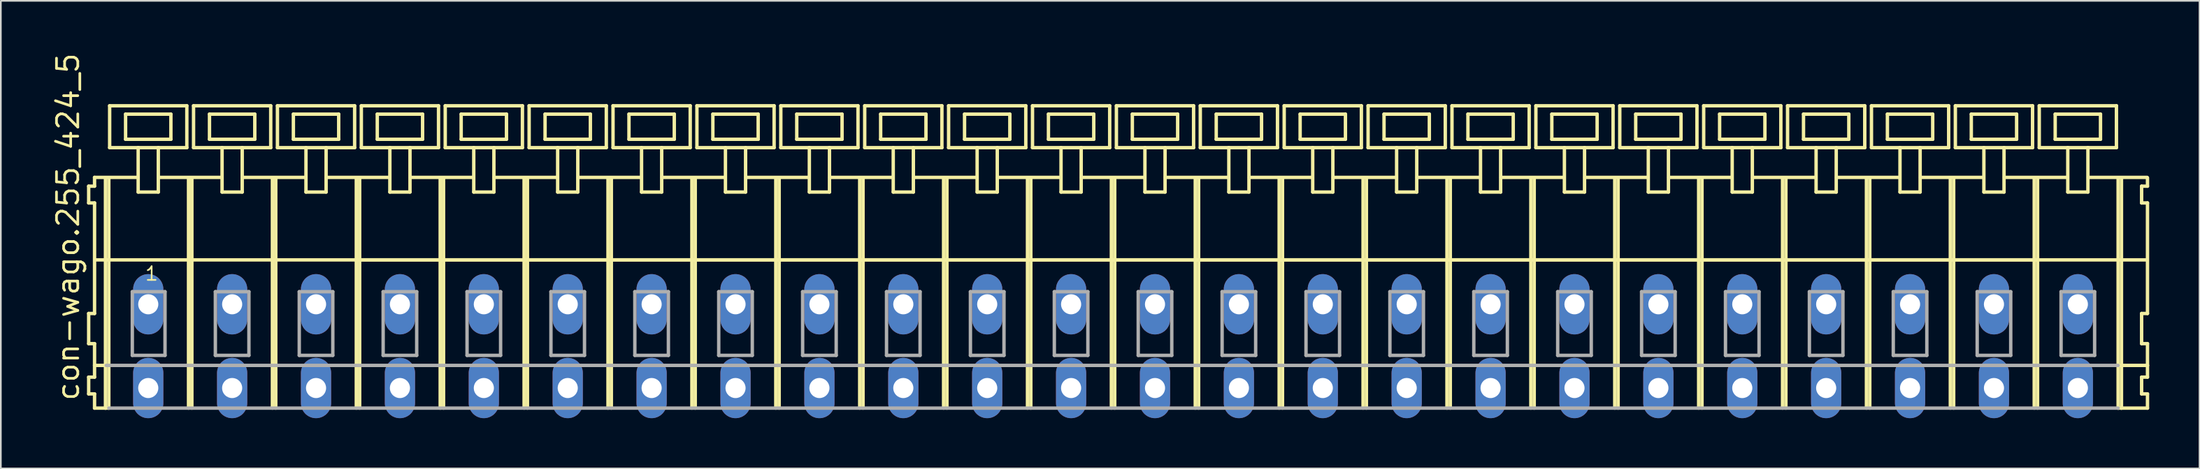
<source format=kicad_pcb>
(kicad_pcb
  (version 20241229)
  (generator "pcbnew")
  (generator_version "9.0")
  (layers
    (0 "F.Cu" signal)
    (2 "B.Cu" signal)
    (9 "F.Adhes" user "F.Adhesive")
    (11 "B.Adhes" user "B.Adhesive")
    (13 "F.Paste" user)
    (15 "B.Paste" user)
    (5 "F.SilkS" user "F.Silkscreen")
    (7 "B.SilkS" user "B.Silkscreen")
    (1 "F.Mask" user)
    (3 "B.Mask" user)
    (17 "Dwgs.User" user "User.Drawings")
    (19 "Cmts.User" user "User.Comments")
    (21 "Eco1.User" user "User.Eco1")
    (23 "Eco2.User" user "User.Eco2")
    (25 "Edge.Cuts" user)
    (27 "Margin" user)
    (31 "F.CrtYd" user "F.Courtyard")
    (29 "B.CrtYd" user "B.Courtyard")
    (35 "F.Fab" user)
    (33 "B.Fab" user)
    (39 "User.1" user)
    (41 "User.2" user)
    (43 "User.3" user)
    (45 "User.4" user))
  (footprint "con-wago.255_424_5"
    (layer "F.Cu")
    (at 63.285 15.114)
    (property "Reference" "con-wago.255_424_5" (at -61.535 5.855 90) (layer "F.SilkS") (effects (font (size 1.27 1.27) (thickness 0.16)) (justify left bottom)))
    (attr through_hole)
    (fp_line (start -61.05 -7.05) (end -61.05 -6.05) (stroke (width 0.203) (type default)) (layer "F.SilkS"))
    (fp_line (start -61.05 -6.05) (end -60.7 -6.05) (stroke (width 0.203) (type default)) (layer "F.SilkS"))
    (fp_line (start -61.05 0.55) (end -61.05 2.35) (stroke (width 0.203) (type default)) (layer "F.SilkS"))
    (fp_line (start -61.05 2.35) (end -60.7 2.35) (stroke (width 0.203) (type default)) (layer "F.SilkS"))
    (fp_line (start -61.05 4.35) (end -61.05 5.35) (stroke (width 0.203) (type default)) (layer "F.SilkS"))
    (fp_line (start -61.05 5.35) (end -60.7 5.35) (stroke (width 0.203) (type default)) (layer "F.SilkS"))
    (fp_line (start -60.7 -7.575) (end -60.7 -7.05) (stroke (width 0.203) (type default)) (layer "F.SilkS"))
    (fp_line (start -60.7 -7.575) (end -58.125 -7.575) (stroke (width 0.203) (type default)) (layer "F.SilkS"))
    (fp_line (start -60.7 -7.05) (end -61.05 -7.05) (stroke (width 0.203) (type default)) (layer "F.SilkS"))
    (fp_line (start -60.7 -6.05) (end -60.7 0.55) (stroke (width 0.203) (type default)) (layer "F.SilkS"))
    (fp_line (start -60.7 0.55) (end -61.05 0.55) (stroke (width 0.203) (type default)) (layer "F.SilkS"))
    (fp_line (start -60.7 2.35) (end -60.7 4.35) (stroke (width 0.203) (type default)) (layer "F.SilkS"))
    (fp_line (start -60.7 3.65) (end -60 3.65) (stroke (width 0.203) (type default)) (layer "F.SilkS"))
    (fp_line (start -60.7 4.35) (end -61.05 4.35) (stroke (width 0.203) (type default)) (layer "F.SilkS"))
    (fp_line (start -60.7 5.35) (end -60.7 6.2) (stroke (width 0.203) (type default)) (layer "F.SilkS"))
    (fp_line (start -60.7 6.2) (end -60.05 6.2) (stroke (width 0.203) (type default)) (layer "F.SilkS"))
    (fp_line (start -60.65 -2.65) (end -55.1 -2.65) (stroke (width 0.203) (type default)) (layer "F.SilkS"))
    (fp_line (start -60.05 -7.55) (end -60.05 6.2) (stroke (width 0.203) (type default)) (layer "F.SilkS"))
    (fp_line (start -60.05 6.2) (end -59.85 6.2) (stroke (width 0.203) (type default)) (layer "F.SilkS"))
    (fp_line (start -59.85 -7.55) (end -59.85 6.2) (stroke (width 0.203) (type default)) (layer "F.SilkS"))
    (fp_line (start -59.8 -11.85) (end -59.8 -9.35) (stroke (width 0.203) (type default)) (layer "F.SilkS"))
    (fp_line (start -59.8 -9.35) (end -58.1 -9.35) (stroke (width 0.203) (type default)) (layer "F.SilkS"))
    (fp_line (start -58.85 -11.35) (end -58.85 -9.85) (stroke (width 0.203) (type default)) (layer "F.SilkS"))
    (fp_line (start -58.85 -9.85) (end -56.15 -9.85) (stroke (width 0.203) (type default)) (layer "F.SilkS"))
    (fp_line (start -58.1 -9.35) (end -58.1 -6.7) (stroke (width 0.203) (type default)) (layer "F.SilkS"))
    (fp_line (start -58.1 -9.35) (end -56.9 -9.35) (stroke (width 0.203) (type default)) (layer "F.SilkS"))
    (fp_line (start -58.1 -6.7) (end -56.9 -6.7) (stroke (width 0.203) (type default)) (layer "F.SilkS"))
    (fp_line (start -56.9 -9.35) (end -55.2 -9.35) (stroke (width 0.203) (type default)) (layer "F.SilkS"))
    (fp_line (start -56.9 -6.7) (end -56.9 -9.35) (stroke (width 0.203) (type default)) (layer "F.SilkS"))
    (fp_line (start -56.825 -7.575) (end -53.125 -7.575) (stroke (width 0.203) (type default)) (layer "F.SilkS"))
    (fp_line (start -56.15 -11.35) (end -58.85 -11.35) (stroke (width 0.203) (type default)) (layer "F.SilkS"))
    (fp_line (start -56.15 -9.85) (end -56.15 -11.35) (stroke (width 0.203) (type default)) (layer "F.SilkS"))
    (fp_line (start -55.2 -11.85) (end -59.8 -11.85) (stroke (width 0.203) (type default)) (layer "F.SilkS"))
    (fp_line (start -55.2 -9.35) (end -55.2 -11.85) (stroke (width 0.203) (type default)) (layer "F.SilkS"))
    (fp_line (start -55.1 -7.55) (end -55.1 -2.65) (stroke (width 0.203) (type default)) (layer "F.SilkS"))
    (fp_line (start -55.1 -2.65) (end -55.1 6.2) (stroke (width 0.203) (type default)) (layer "F.SilkS"))
    (fp_line (start -54.9 -7.55) (end -54.9 -2.65) (stroke (width 0.203) (type default)) (layer "F.SilkS"))
    (fp_line (start -54.9 -2.65) (end -54.9 6.2) (stroke (width 0.203) (type default)) (layer "F.SilkS"))
    (fp_line (start -54.9 -2.65) (end -50.1 -2.65) (stroke (width 0.203) (type default)) (layer "F.SilkS"))
    (fp_line (start -54.8 -11.85) (end -54.8 -9.35) (stroke (width 0.203) (type default)) (layer "F.SilkS"))
    (fp_line (start -54.8 -9.35) (end -53.1 -9.35) (stroke (width 0.203) (type default)) (layer "F.SilkS"))
    (fp_line (start -53.85 -11.35) (end -53.85 -9.85) (stroke (width 0.203) (type default)) (layer "F.SilkS"))
    (fp_line (start -53.85 -9.85) (end -51.15 -9.85) (stroke (width 0.203) (type default)) (layer "F.SilkS"))
    (fp_line (start -53.1 -9.35) (end -53.1 -6.7) (stroke (width 0.203) (type default)) (layer "F.SilkS"))
    (fp_line (start -53.1 -9.35) (end -51.9 -9.35) (stroke (width 0.203) (type default)) (layer "F.SilkS"))
    (fp_line (start -53.1 -6.7) (end -51.9 -6.7) (stroke (width 0.203) (type default)) (layer "F.SilkS"))
    (fp_line (start -51.9 -9.35) (end -50.2 -9.35) (stroke (width 0.203) (type default)) (layer "F.SilkS"))
    (fp_line (start -51.9 -6.7) (end -51.9 -9.35) (stroke (width 0.203) (type default)) (layer "F.SilkS"))
    (fp_line (start -51.875 -7.575) (end -48.125 -7.575) (stroke (width 0.203) (type default)) (layer "F.SilkS"))
    (fp_line (start -51.15 -11.35) (end -53.85 -11.35) (stroke (width 0.203) (type default)) (layer "F.SilkS"))
    (fp_line (start -51.15 -9.85) (end -51.15 -11.35) (stroke (width 0.203) (type default)) (layer "F.SilkS"))
    (fp_line (start -50.2 -11.85) (end -54.8 -11.85) (stroke (width 0.203) (type default)) (layer "F.SilkS"))
    (fp_line (start -50.2 -9.35) (end -50.2 -11.85) (stroke (width 0.203) (type default)) (layer "F.SilkS"))
    (fp_line (start -50.1 -7.55) (end -50.1 -2.65) (stroke (width 0.203) (type default)) (layer "F.SilkS"))
    (fp_line (start -50.1 -2.65) (end -50.1 6.2) (stroke (width 0.203) (type default)) (layer "F.SilkS"))
    (fp_line (start -50.1 -2.65) (end -49.9 -2.65) (stroke (width 0.203) (type default)) (layer "F.SilkS"))
    (fp_line (start -49.9 -7.55) (end -49.9 -2.65) (stroke (width 0.203) (type default)) (layer "F.SilkS"))
    (fp_line (start -49.9 -2.65) (end -49.9 6.2) (stroke (width 0.203) (type default)) (layer "F.SilkS"))
    (fp_line (start -49.9 -2.65) (end -45.1 -2.65) (stroke (width 0.203) (type default)) (layer "F.SilkS"))
    (fp_line (start -49.8 -11.85) (end -49.8 -9.35) (stroke (width 0.203) (type default)) (layer "F.SilkS"))
    (fp_line (start -49.8 -9.35) (end -48.1 -9.35) (stroke (width 0.203) (type default)) (layer "F.SilkS"))
    (fp_line (start -48.85 -11.35) (end -48.85 -9.85) (stroke (width 0.203) (type default)) (layer "F.SilkS"))
    (fp_line (start -48.85 -9.85) (end -46.15 -9.85) (stroke (width 0.203) (type default)) (layer "F.SilkS"))
    (fp_line (start -48.1 -9.35) (end -48.1 -6.7) (stroke (width 0.203) (type default)) (layer "F.SilkS"))
    (fp_line (start -48.1 -9.35) (end -46.9 -9.35) (stroke (width 0.203) (type default)) (layer "F.SilkS"))
    (fp_line (start -48.1 -6.7) (end -46.9 -6.7) (stroke (width 0.203) (type default)) (layer "F.SilkS"))
    (fp_line (start -46.9 -9.35) (end -45.2 -9.35) (stroke (width 0.203) (type default)) (layer "F.SilkS"))
    (fp_line (start -46.9 -6.7) (end -46.9 -9.35) (stroke (width 0.203) (type default)) (layer "F.SilkS"))
    (fp_line (start -46.875 -7.575) (end -43.125 -7.575) (stroke (width 0.203) (type default)) (layer "F.SilkS"))
    (fp_line (start -46.15 -11.35) (end -48.85 -11.35) (stroke (width 0.203) (type default)) (layer "F.SilkS"))
    (fp_line (start -46.15 -9.85) (end -46.15 -11.35) (stroke (width 0.203) (type default)) (layer "F.SilkS"))
    (fp_line (start -45.2 -11.85) (end -49.8 -11.85) (stroke (width 0.203) (type default)) (layer "F.SilkS"))
    (fp_line (start -45.2 -9.35) (end -45.2 -11.85) (stroke (width 0.203) (type default)) (layer "F.SilkS"))
    (fp_line (start -45.1 -7.55) (end -45.1 -2.65) (stroke (width 0.203) (type default)) (layer "F.SilkS"))
    (fp_line (start -45.1 -2.65) (end -45.1 6.2) (stroke (width 0.203) (type default)) (layer "F.SilkS"))
    (fp_line (start -45.1 -2.65) (end -44.9 -2.65) (stroke (width 0.203) (type default)) (layer "F.SilkS"))
    (fp_line (start -45.1 -2.65) (end 59.9 -2.65) (stroke (width 0.203) (type default)) (layer "F.SilkS"))
    (fp_line (start -44.9 -7.55) (end -44.9 -2.65) (stroke (width 0.203) (type default)) (layer "F.SilkS"))
    (fp_line (start -44.9 -2.65) (end -44.9 6.2) (stroke (width 0.203) (type default)) (layer "F.SilkS"))
    (fp_line (start -44.9 -2.65) (end -40.1 -2.65) (stroke (width 0.203) (type default)) (layer "F.SilkS"))
    (fp_line (start -44.8 -11.85) (end -44.8 -9.35) (stroke (width 0.203) (type default)) (layer "F.SilkS"))
    (fp_line (start -44.8 -9.35) (end -43.1 -9.35) (stroke (width 0.203) (type default)) (layer "F.SilkS"))
    (fp_line (start -43.85 -11.35) (end -43.85 -9.85) (stroke (width 0.203) (type default)) (layer "F.SilkS"))
    (fp_line (start -43.85 -9.85) (end -41.15 -9.85) (stroke (width 0.203) (type default)) (layer "F.SilkS"))
    (fp_line (start -43.1 -9.35) (end -43.1 -6.7) (stroke (width 0.203) (type default)) (layer "F.SilkS"))
    (fp_line (start -43.1 -9.35) (end -41.9 -9.35) (stroke (width 0.203) (type default)) (layer "F.SilkS"))
    (fp_line (start -43.1 -6.7) (end -41.9 -6.7) (stroke (width 0.203) (type default)) (layer "F.SilkS"))
    (fp_line (start -41.9 -9.35) (end -40.2 -9.35) (stroke (width 0.203) (type default)) (layer "F.SilkS"))
    (fp_line (start -41.9 -6.7) (end -41.9 -9.35) (stroke (width 0.203) (type default)) (layer "F.SilkS"))
    (fp_line (start -41.875 -7.575) (end -38.125 -7.575) (stroke (width 0.203) (type default)) (layer "F.SilkS"))
    (fp_line (start -41.15 -11.35) (end -43.85 -11.35) (stroke (width 0.203) (type default)) (layer "F.SilkS"))
    (fp_line (start -41.15 -9.85) (end -41.15 -11.35) (stroke (width 0.203) (type default)) (layer "F.SilkS"))
    (fp_line (start -40.2 -11.85) (end -44.8 -11.85) (stroke (width 0.203) (type default)) (layer "F.SilkS"))
    (fp_line (start -40.2 -9.35) (end -40.2 -11.85) (stroke (width 0.203) (type default)) (layer "F.SilkS"))
    (fp_line (start -40.1 -7.55) (end -40.1 -2.65) (stroke (width 0.203) (type default)) (layer "F.SilkS"))
    (fp_line (start -40.1 -2.65) (end -40.1 6.2) (stroke (width 0.203) (type default)) (layer "F.SilkS"))
    (fp_line (start -40.1 -2.65) (end -39.9 -2.65) (stroke (width 0.203) (type default)) (layer "F.SilkS"))
    (fp_line (start -39.9 -7.55) (end -39.9 -2.65) (stroke (width 0.203) (type default)) (layer "F.SilkS"))
    (fp_line (start -39.9 -2.65) (end -39.9 6.2) (stroke (width 0.203) (type default)) (layer "F.SilkS"))
    (fp_line (start -39.9 -2.65) (end -35.1 -2.65) (stroke (width 0.203) (type default)) (layer "F.SilkS"))
    (fp_line (start -39.8 -11.85) (end -39.8 -9.35) (stroke (width 0.203) (type default)) (layer "F.SilkS"))
    (fp_line (start -39.8 -9.35) (end -38.1 -9.35) (stroke (width 0.203) (type default)) (layer "F.SilkS"))
    (fp_line (start -38.85 -11.35) (end -38.85 -9.85) (stroke (width 0.203) (type default)) (layer "F.SilkS"))
    (fp_line (start -38.85 -9.85) (end -36.15 -9.85) (stroke (width 0.203) (type default)) (layer "F.SilkS"))
    (fp_line (start -38.1 -9.35) (end -38.1 -6.7) (stroke (width 0.203) (type default)) (layer "F.SilkS"))
    (fp_line (start -38.1 -9.35) (end -36.9 -9.35) (stroke (width 0.203) (type default)) (layer "F.SilkS"))
    (fp_line (start -38.1 -6.7) (end -36.9 -6.7) (stroke (width 0.203) (type default)) (layer "F.SilkS"))
    (fp_line (start -36.9 -9.35) (end -35.2 -9.35) (stroke (width 0.203) (type default)) (layer "F.SilkS"))
    (fp_line (start -36.9 -6.7) (end -36.9 -9.35) (stroke (width 0.203) (type default)) (layer "F.SilkS"))
    (fp_line (start -36.875 -7.575) (end -33.125 -7.575) (stroke (width 0.203) (type default)) (layer "F.SilkS"))
    (fp_line (start -36.15 -11.35) (end -38.85 -11.35) (stroke (width 0.203) (type default)) (layer "F.SilkS"))
    (fp_line (start -36.15 -9.85) (end -36.15 -11.35) (stroke (width 0.203) (type default)) (layer "F.SilkS"))
    (fp_line (start -35.2 -11.85) (end -39.8 -11.85) (stroke (width 0.203) (type default)) (layer "F.SilkS"))
    (fp_line (start -35.2 -9.35) (end -35.2 -11.85) (stroke (width 0.203) (type default)) (layer "F.SilkS"))
    (fp_line (start -35.1 -7.55) (end -35.1 -2.65) (stroke (width 0.203) (type default)) (layer "F.SilkS"))
    (fp_line (start -35.1 -2.65) (end -35.1 6.2) (stroke (width 0.203) (type default)) (layer "F.SilkS"))
    (fp_line (start -35.1 -2.65) (end -34.9 -2.65) (stroke (width 0.203) (type default)) (layer "F.SilkS"))
    (fp_line (start -34.9 -7.55) (end -34.9 -2.65) (stroke (width 0.203) (type default)) (layer "F.SilkS"))
    (fp_line (start -34.9 -2.65) (end -34.9 6.2) (stroke (width 0.203) (type default)) (layer "F.SilkS"))
    (fp_line (start -34.9 -2.65) (end -30.1 -2.65) (stroke (width 0.203) (type default)) (layer "F.SilkS"))
    (fp_line (start -34.8 -11.85) (end -34.8 -9.35) (stroke (width 0.203) (type default)) (layer "F.SilkS"))
    (fp_line (start -34.8 -9.35) (end -33.1 -9.35) (stroke (width 0.203) (type default)) (layer "F.SilkS"))
    (fp_line (start -33.85 -11.35) (end -33.85 -9.85) (stroke (width 0.203) (type default)) (layer "F.SilkS"))
    (fp_line (start -33.85 -9.85) (end -31.15 -9.85) (stroke (width 0.203) (type default)) (layer "F.SilkS"))
    (fp_line (start -33.1 -9.35) (end -33.1 -6.7) (stroke (width 0.203) (type default)) (layer "F.SilkS"))
    (fp_line (start -33.1 -9.35) (end -31.9 -9.35) (stroke (width 0.203) (type default)) (layer "F.SilkS"))
    (fp_line (start -33.1 -6.7) (end -31.9 -6.7) (stroke (width 0.203) (type default)) (layer "F.SilkS"))
    (fp_line (start -31.9 -9.35) (end -30.2 -9.35) (stroke (width 0.203) (type default)) (layer "F.SilkS"))
    (fp_line (start -31.9 -6.7) (end -31.9 -9.35) (stroke (width 0.203) (type default)) (layer "F.SilkS"))
    (fp_line (start -31.875 -7.575) (end -28.125 -7.575) (stroke (width 0.203) (type default)) (layer "F.SilkS"))
    (fp_line (start -31.15 -11.35) (end -33.85 -11.35) (stroke (width 0.203) (type default)) (layer "F.SilkS"))
    (fp_line (start -31.15 -9.85) (end -31.15 -11.35) (stroke (width 0.203) (type default)) (layer "F.SilkS"))
    (fp_line (start -30.2 -11.85) (end -34.8 -11.85) (stroke (width 0.203) (type default)) (layer "F.SilkS"))
    (fp_line (start -30.2 -9.35) (end -30.2 -11.85) (stroke (width 0.203) (type default)) (layer "F.SilkS"))
    (fp_line (start -30.1 -7.55) (end -30.1 -2.65) (stroke (width 0.203) (type default)) (layer "F.SilkS"))
    (fp_line (start -30.1 -2.65) (end -30.1 6.2) (stroke (width 0.203) (type default)) (layer "F.SilkS"))
    (fp_line (start -30.1 -2.65) (end -29.9 -2.65) (stroke (width 0.203) (type default)) (layer "F.SilkS"))
    (fp_line (start -29.9 -7.55) (end -29.9 -2.65) (stroke (width 0.203) (type default)) (layer "F.SilkS"))
    (fp_line (start -29.9 -2.65) (end -29.9 6.2) (stroke (width 0.203) (type default)) (layer "F.SilkS"))
    (fp_line (start -29.9 -2.65) (end -25.1 -2.65) (stroke (width 0.203) (type default)) (layer "F.SilkS"))
    (fp_line (start -29.8 -11.85) (end -29.8 -9.35) (stroke (width 0.203) (type default)) (layer "F.SilkS"))
    (fp_line (start -29.8 -9.35) (end -28.1 -9.35) (stroke (width 0.203) (type default)) (layer "F.SilkS"))
    (fp_line (start -28.85 -11.35) (end -28.85 -9.85) (stroke (width 0.203) (type default)) (layer "F.SilkS"))
    (fp_line (start -28.85 -9.85) (end -26.15 -9.85) (stroke (width 0.203) (type default)) (layer "F.SilkS"))
    (fp_line (start -28.1 -9.35) (end -28.1 -6.7) (stroke (width 0.203) (type default)) (layer "F.SilkS"))
    (fp_line (start -28.1 -9.35) (end -26.9 -9.35) (stroke (width 0.203) (type default)) (layer "F.SilkS"))
    (fp_line (start -28.1 -6.7) (end -26.9 -6.7) (stroke (width 0.203) (type default)) (layer "F.SilkS"))
    (fp_line (start -26.9 -9.35) (end -25.2 -9.35) (stroke (width 0.203) (type default)) (layer "F.SilkS"))
    (fp_line (start -26.9 -6.7) (end -26.9 -9.35) (stroke (width 0.203) (type default)) (layer "F.SilkS"))
    (fp_line (start -26.875 -7.575) (end -23.125 -7.575) (stroke (width 0.203) (type default)) (layer "F.SilkS"))
    (fp_line (start -26.15 -11.35) (end -28.85 -11.35) (stroke (width 0.203) (type default)) (layer "F.SilkS"))
    (fp_line (start -26.15 -9.85) (end -26.15 -11.35) (stroke (width 0.203) (type default)) (layer "F.SilkS"))
    (fp_line (start -25.2 -11.85) (end -29.8 -11.85) (stroke (width 0.203) (type default)) (layer "F.SilkS"))
    (fp_line (start -25.2 -9.35) (end -25.2 -11.85) (stroke (width 0.203) (type default)) (layer "F.SilkS"))
    (fp_line (start -25.1 -7.55) (end -25.1 -2.65) (stroke (width 0.203) (type default)) (layer "F.SilkS"))
    (fp_line (start -25.1 -2.65) (end -25.1 6.2) (stroke (width 0.203) (type default)) (layer "F.SilkS"))
    (fp_line (start -25.1 -2.65) (end -24.9 -2.65) (stroke (width 0.203) (type default)) (layer "F.SilkS"))
    (fp_line (start -24.9 -7.55) (end -24.9 -2.65) (stroke (width 0.203) (type default)) (layer "F.SilkS"))
    (fp_line (start -24.9 -2.65) (end -24.9 6.2) (stroke (width 0.203) (type default)) (layer "F.SilkS"))
    (fp_line (start -24.9 -2.65) (end -20.1 -2.65) (stroke (width 0.203) (type default)) (layer "F.SilkS"))
    (fp_line (start -24.8 -11.85) (end -24.8 -9.35) (stroke (width 0.203) (type default)) (layer "F.SilkS"))
    (fp_line (start -24.8 -9.35) (end -23.1 -9.35) (stroke (width 0.203) (type default)) (layer "F.SilkS"))
    (fp_line (start -23.85 -11.35) (end -23.85 -9.85) (stroke (width 0.203) (type default)) (layer "F.SilkS"))
    (fp_line (start -23.85 -9.85) (end -21.15 -9.85) (stroke (width 0.203) (type default)) (layer "F.SilkS"))
    (fp_line (start -23.1 -9.35) (end -23.1 -6.7) (stroke (width 0.203) (type default)) (layer "F.SilkS"))
    (fp_line (start -23.1 -9.35) (end -21.9 -9.35) (stroke (width 0.203) (type default)) (layer "F.SilkS"))
    (fp_line (start -23.1 -6.7) (end -21.9 -6.7) (stroke (width 0.203) (type default)) (layer "F.SilkS"))
    (fp_line (start -21.9 -9.35) (end -20.2 -9.35) (stroke (width 0.203) (type default)) (layer "F.SilkS"))
    (fp_line (start -21.9 -6.7) (end -21.9 -9.35) (stroke (width 0.203) (type default)) (layer "F.SilkS"))
    (fp_line (start -21.875 -7.575) (end -18.125 -7.575) (stroke (width 0.203) (type default)) (layer "F.SilkS"))
    (fp_line (start -21.15 -11.35) (end -23.85 -11.35) (stroke (width 0.203) (type default)) (layer "F.SilkS"))
    (fp_line (start -21.15 -9.85) (end -21.15 -11.35) (stroke (width 0.203) (type default)) (layer "F.SilkS"))
    (fp_line (start -20.2 -11.85) (end -24.8 -11.85) (stroke (width 0.203) (type default)) (layer "F.SilkS"))
    (fp_line (start -20.2 -9.35) (end -20.2 -11.85) (stroke (width 0.203) (type default)) (layer "F.SilkS"))
    (fp_line (start -20.1 -7.55) (end -20.1 -2.65) (stroke (width 0.203) (type default)) (layer "F.SilkS"))
    (fp_line (start -20.1 -2.65) (end -20.1 6.2) (stroke (width 0.203) (type default)) (layer "F.SilkS"))
    (fp_line (start -20.1 -2.65) (end -19.9 -2.65) (stroke (width 0.203) (type default)) (layer "F.SilkS"))
    (fp_line (start -19.9 -7.55) (end -19.9 -2.65) (stroke (width 0.203) (type default)) (layer "F.SilkS"))
    (fp_line (start -19.9 -2.65) (end -19.9 6.2) (stroke (width 0.203) (type default)) (layer "F.SilkS"))
    (fp_line (start -19.9 -2.65) (end -15.1 -2.65) (stroke (width 0.203) (type default)) (layer "F.SilkS"))
    (fp_line (start -19.8 -11.85) (end -19.8 -9.35) (stroke (width 0.203) (type default)) (layer "F.SilkS"))
    (fp_line (start -19.8 -9.35) (end -18.1 -9.35) (stroke (width 0.203) (type default)) (layer "F.SilkS"))
    (fp_line (start -18.85 -11.35) (end -18.85 -9.85) (stroke (width 0.203) (type default)) (layer "F.SilkS"))
    (fp_line (start -18.85 -9.85) (end -16.15 -9.85) (stroke (width 0.203) (type default)) (layer "F.SilkS"))
    (fp_line (start -18.1 -9.35) (end -18.1 -6.7) (stroke (width 0.203) (type default)) (layer "F.SilkS"))
    (fp_line (start -18.1 -9.35) (end -16.9 -9.35) (stroke (width 0.203) (type default)) (layer "F.SilkS"))
    (fp_line (start -18.1 -6.7) (end -16.9 -6.7) (stroke (width 0.203) (type default)) (layer "F.SilkS"))
    (fp_line (start -16.9 -9.35) (end -15.2 -9.35) (stroke (width 0.203) (type default)) (layer "F.SilkS"))
    (fp_line (start -16.9 -6.7) (end -16.9 -9.35) (stroke (width 0.203) (type default)) (layer "F.SilkS"))
    (fp_line (start -16.875 -7.575) (end -13.125 -7.575) (stroke (width 0.203) (type default)) (layer "F.SilkS"))
    (fp_line (start -16.15 -11.35) (end -18.85 -11.35) (stroke (width 0.203) (type default)) (layer "F.SilkS"))
    (fp_line (start -16.15 -9.85) (end -16.15 -11.35) (stroke (width 0.203) (type default)) (layer "F.SilkS"))
    (fp_line (start -15.2 -11.85) (end -19.8 -11.85) (stroke (width 0.203) (type default)) (layer "F.SilkS"))
    (fp_line (start -15.2 -9.35) (end -15.2 -11.85) (stroke (width 0.203) (type default)) (layer "F.SilkS"))
    (fp_line (start -15.1 -7.55) (end -15.1 -2.65) (stroke (width 0.203) (type default)) (layer "F.SilkS"))
    (fp_line (start -15.1 -2.65) (end -15.1 6.2) (stroke (width 0.203) (type default)) (layer "F.SilkS"))
    (fp_line (start -15.1 -2.65) (end -14.9 -2.65) (stroke (width 0.203) (type default)) (layer "F.SilkS"))
    (fp_line (start -14.9 -7.55) (end -14.9 -2.65) (stroke (width 0.203) (type default)) (layer "F.SilkS"))
    (fp_line (start -14.9 -2.65) (end -14.9 6.2) (stroke (width 0.203) (type default)) (layer "F.SilkS"))
    (fp_line (start -14.9 -2.65) (end -10.1 -2.65) (stroke (width 0.203) (type default)) (layer "F.SilkS"))
    (fp_line (start -14.8 -11.85) (end -14.8 -9.35) (stroke (width 0.203) (type default)) (layer "F.SilkS"))
    (fp_line (start -14.8 -9.35) (end -13.1 -9.35) (stroke (width 0.203) (type default)) (layer "F.SilkS"))
    (fp_line (start -13.85 -11.35) (end -13.85 -9.85) (stroke (width 0.203) (type default)) (layer "F.SilkS"))
    (fp_line (start -13.85 -9.85) (end -11.15 -9.85) (stroke (width 0.203) (type default)) (layer "F.SilkS"))
    (fp_line (start -13.1 -9.35) (end -13.1 -6.7) (stroke (width 0.203) (type default)) (layer "F.SilkS"))
    (fp_line (start -13.1 -9.35) (end -11.9 -9.35) (stroke (width 0.203) (type default)) (layer "F.SilkS"))
    (fp_line (start -13.1 -6.7) (end -11.9 -6.7) (stroke (width 0.203) (type default)) (layer "F.SilkS"))
    (fp_line (start -11.9 -9.35) (end -10.2 -9.35) (stroke (width 0.203) (type default)) (layer "F.SilkS"))
    (fp_line (start -11.9 -6.7) (end -11.9 -9.35) (stroke (width 0.203) (type default)) (layer "F.SilkS"))
    (fp_line (start -11.875 -7.575) (end -8.125 -7.575) (stroke (width 0.203) (type default)) (layer "F.SilkS"))
    (fp_line (start -11.15 -11.35) (end -13.85 -11.35) (stroke (width 0.203) (type default)) (layer "F.SilkS"))
    (fp_line (start -11.15 -9.85) (end -11.15 -11.35) (stroke (width 0.203) (type default)) (layer "F.SilkS"))
    (fp_line (start -10.2 -11.85) (end -14.8 -11.85) (stroke (width 0.203) (type default)) (layer "F.SilkS"))
    (fp_line (start -10.2 -9.35) (end -10.2 -11.85) (stroke (width 0.203) (type default)) (layer "F.SilkS"))
    (fp_line (start -10.1 -7.55) (end -10.1 -2.65) (stroke (width 0.203) (type default)) (layer "F.SilkS"))
    (fp_line (start -10.1 -2.65) (end -10.1 6.2) (stroke (width 0.203) (type default)) (layer "F.SilkS"))
    (fp_line (start -10.1 -2.65) (end -9.9 -2.65) (stroke (width 0.203) (type default)) (layer "F.SilkS"))
    (fp_line (start -9.9 -7.55) (end -9.9 -2.65) (stroke (width 0.203) (type default)) (layer "F.SilkS"))
    (fp_line (start -9.9 -2.65) (end -9.9 6.2) (stroke (width 0.203) (type default)) (layer "F.SilkS"))
    (fp_line (start -9.9 -2.65) (end -5.1 -2.65) (stroke (width 0.203) (type default)) (layer "F.SilkS"))
    (fp_line (start -9.8 -11.85) (end -9.8 -9.35) (stroke (width 0.203) (type default)) (layer "F.SilkS"))
    (fp_line (start -9.8 -9.35) (end -8.1 -9.35) (stroke (width 0.203) (type default)) (layer "F.SilkS"))
    (fp_line (start -8.85 -11.35) (end -8.85 -9.85) (stroke (width 0.203) (type default)) (layer "F.SilkS"))
    (fp_line (start -8.85 -9.85) (end -6.15 -9.85) (stroke (width 0.203) (type default)) (layer "F.SilkS"))
    (fp_line (start -8.1 -9.35) (end -8.1 -6.7) (stroke (width 0.203) (type default)) (layer "F.SilkS"))
    (fp_line (start -8.1 -9.35) (end -6.9 -9.35) (stroke (width 0.203) (type default)) (layer "F.SilkS"))
    (fp_line (start -8.1 -6.7) (end -6.9 -6.7) (stroke (width 0.203) (type default)) (layer "F.SilkS"))
    (fp_line (start -6.9 -9.35) (end -5.2 -9.35) (stroke (width 0.203) (type default)) (layer "F.SilkS"))
    (fp_line (start -6.9 -6.7) (end -6.9 -9.35) (stroke (width 0.203) (type default)) (layer "F.SilkS"))
    (fp_line (start -6.875 -7.575) (end -3.125 -7.575) (stroke (width 0.203) (type default)) (layer "F.SilkS"))
    (fp_line (start -6.15 -11.35) (end -8.85 -11.35) (stroke (width 0.203) (type default)) (layer "F.SilkS"))
    (fp_line (start -6.15 -9.85) (end -6.15 -11.35) (stroke (width 0.203) (type default)) (layer "F.SilkS"))
    (fp_line (start -5.2 -11.85) (end -9.8 -11.85) (stroke (width 0.203) (type default)) (layer "F.SilkS"))
    (fp_line (start -5.2 -9.35) (end -5.2 -11.85) (stroke (width 0.203) (type default)) (layer "F.SilkS"))
    (fp_line (start -5.1 -7.55) (end -5.1 -2.65) (stroke (width 0.203) (type default)) (layer "F.SilkS"))
    (fp_line (start -5.1 -2.65) (end -5.1 6.2) (stroke (width 0.203) (type default)) (layer "F.SilkS"))
    (fp_line (start -5.1 -2.65) (end -4.9 -2.65) (stroke (width 0.203) (type default)) (layer "F.SilkS"))
    (fp_line (start -4.9 -7.55) (end -4.9 -2.65) (stroke (width 0.203) (type default)) (layer "F.SilkS"))
    (fp_line (start -4.9 -2.65) (end -4.9 6.2) (stroke (width 0.203) (type default)) (layer "F.SilkS"))
    (fp_line (start -4.9 -2.65) (end -0.1 -2.65) (stroke (width 0.203) (type default)) (layer "F.SilkS"))
    (fp_line (start -4.8 -11.85) (end -4.8 -9.35) (stroke (width 0.203) (type default)) (layer "F.SilkS"))
    (fp_line (start -4.8 -9.35) (end -3.1 -9.35) (stroke (width 0.203) (type default)) (layer "F.SilkS"))
    (fp_line (start -3.85 -11.35) (end -3.85 -9.85) (stroke (width 0.203) (type default)) (layer "F.SilkS"))
    (fp_line (start -3.85 -9.85) (end -1.15 -9.85) (stroke (width 0.203) (type default)) (layer "F.SilkS"))
    (fp_line (start -3.1 -9.35) (end -3.1 -6.7) (stroke (width 0.203) (type default)) (layer "F.SilkS"))
    (fp_line (start -3.1 -9.35) (end -1.9 -9.35) (stroke (width 0.203) (type default)) (layer "F.SilkS"))
    (fp_line (start -3.1 -6.7) (end -1.9 -6.7) (stroke (width 0.203) (type default)) (layer "F.SilkS"))
    (fp_line (start -1.9 -9.35) (end -0.2 -9.35) (stroke (width 0.203) (type default)) (layer "F.SilkS"))
    (fp_line (start -1.9 -6.7) (end -1.9 -9.35) (stroke (width 0.203) (type default)) (layer "F.SilkS"))
    (fp_line (start -1.875 -7.575) (end 1.875 -7.575) (stroke (width 0.203) (type default)) (layer "F.SilkS"))
    (fp_line (start -1.15 -11.35) (end -3.85 -11.35) (stroke (width 0.203) (type default)) (layer "F.SilkS"))
    (fp_line (start -1.15 -9.85) (end -1.15 -11.35) (stroke (width 0.203) (type default)) (layer "F.SilkS"))
    (fp_line (start -0.2 -11.85) (end -4.8 -11.85) (stroke (width 0.203) (type default)) (layer "F.SilkS"))
    (fp_line (start -0.2 -9.35) (end -0.2 -11.85) (stroke (width 0.203) (type default)) (layer "F.SilkS"))
    (fp_line (start -0.1 -7.55) (end -0.1 -2.65) (stroke (width 0.203) (type default)) (layer "F.SilkS"))
    (fp_line (start -0.1 -2.65) (end -0.1 6.2) (stroke (width 0.203) (type default)) (layer "F.SilkS"))
    (fp_line (start -0.1 -2.65) (end 0.1 -2.65) (stroke (width 0.203) (type default)) (layer "F.SilkS"))
    (fp_line (start 0.1 -7.55) (end 0.1 -2.65) (stroke (width 0.203) (type default)) (layer "F.SilkS"))
    (fp_line (start 0.1 -2.65) (end 0.1 6.2) (stroke (width 0.203) (type default)) (layer "F.SilkS"))
    (fp_line (start 0.1 -2.65) (end 4.9 -2.65) (stroke (width 0.203) (type default)) (layer "F.SilkS"))
    (fp_line (start 0.2 -11.85) (end 0.2 -9.35) (stroke (width 0.203) (type default)) (layer "F.SilkS"))
    (fp_line (start 0.2 -9.35) (end 1.9 -9.35) (stroke (width 0.203) (type default)) (layer "F.SilkS"))
    (fp_line (start 1.15 -11.35) (end 1.15 -9.85) (stroke (width 0.203) (type default)) (layer "F.SilkS"))
    (fp_line (start 1.15 -9.85) (end 3.85 -9.85) (stroke (width 0.203) (type default)) (layer "F.SilkS"))
    (fp_line (start 1.9 -9.35) (end 1.9 -6.7) (stroke (width 0.203) (type default)) (layer "F.SilkS"))
    (fp_line (start 1.9 -9.35) (end 3.1 -9.35) (stroke (width 0.203) (type default)) (layer "F.SilkS"))
    (fp_line (start 1.9 -6.7) (end 3.1 -6.7) (stroke (width 0.203) (type default)) (layer "F.SilkS"))
    (fp_line (start 3.1 -9.35) (end 4.8 -9.35) (stroke (width 0.203) (type default)) (layer "F.SilkS"))
    (fp_line (start 3.1 -6.7) (end 3.1 -9.35) (stroke (width 0.203) (type default)) (layer "F.SilkS"))
    (fp_line (start 3.125 -7.575) (end 6.875 -7.575) (stroke (width 0.203) (type default)) (layer "F.SilkS"))
    (fp_line (start 3.85 -11.35) (end 1.15 -11.35) (stroke (width 0.203) (type default)) (layer "F.SilkS"))
    (fp_line (start 3.85 -9.85) (end 3.85 -11.35) (stroke (width 0.203) (type default)) (layer "F.SilkS"))
    (fp_line (start 4.8 -11.85) (end 0.2 -11.85) (stroke (width 0.203) (type default)) (layer "F.SilkS"))
    (fp_line (start 4.8 -9.35) (end 4.8 -11.85) (stroke (width 0.203) (type default)) (layer "F.SilkS"))
    (fp_line (start 4.9 -7.55) (end 4.9 -2.65) (stroke (width 0.203) (type default)) (layer "F.SilkS"))
    (fp_line (start 4.9 -2.65) (end 4.9 6.2) (stroke (width 0.203) (type default)) (layer "F.SilkS"))
    (fp_line (start 4.9 -2.65) (end 5.1 -2.65) (stroke (width 0.203) (type default)) (layer "F.SilkS"))
    (fp_line (start 5.1 -7.55) (end 5.1 -2.65) (stroke (width 0.203) (type default)) (layer "F.SilkS"))
    (fp_line (start 5.1 -2.65) (end 5.1 6.2) (stroke (width 0.203) (type default)) (layer "F.SilkS"))
    (fp_line (start 5.1 -2.65) (end 9.9 -2.65) (stroke (width 0.203) (type default)) (layer "F.SilkS"))
    (fp_line (start 5.2 -11.85) (end 5.2 -9.35) (stroke (width 0.203) (type default)) (layer "F.SilkS"))
    (fp_line (start 5.2 -9.35) (end 6.9 -9.35) (stroke (width 0.203) (type default)) (layer "F.SilkS"))
    (fp_line (start 6.15 -11.35) (end 6.15 -9.85) (stroke (width 0.203) (type default)) (layer "F.SilkS"))
    (fp_line (start 6.15 -9.85) (end 8.85 -9.85) (stroke (width 0.203) (type default)) (layer "F.SilkS"))
    (fp_line (start 6.9 -9.35) (end 6.9 -6.7) (stroke (width 0.203) (type default)) (layer "F.SilkS"))
    (fp_line (start 6.9 -9.35) (end 8.1 -9.35) (stroke (width 0.203) (type default)) (layer "F.SilkS"))
    (fp_line (start 6.9 -6.7) (end 8.1 -6.7) (stroke (width 0.203) (type default)) (layer "F.SilkS"))
    (fp_line (start 8.1 -9.35) (end 9.8 -9.35) (stroke (width 0.203) (type default)) (layer "F.SilkS"))
    (fp_line (start 8.1 -6.7) (end 8.1 -9.35) (stroke (width 0.203) (type default)) (layer "F.SilkS"))
    (fp_line (start 8.125 -7.575) (end 11.875 -7.575) (stroke (width 0.203) (type default)) (layer "F.SilkS"))
    (fp_line (start 8.85 -11.35) (end 6.15 -11.35) (stroke (width 0.203) (type default)) (layer "F.SilkS"))
    (fp_line (start 8.85 -9.85) (end 8.85 -11.35) (stroke (width 0.203) (type default)) (layer "F.SilkS"))
    (fp_line (start 9.8 -11.85) (end 5.2 -11.85) (stroke (width 0.203) (type default)) (layer "F.SilkS"))
    (fp_line (start 9.8 -9.35) (end 9.8 -11.85) (stroke (width 0.203) (type default)) (layer "F.SilkS"))
    (fp_line (start 9.9 -7.55) (end 9.9 -2.65) (stroke (width 0.203) (type default)) (layer "F.SilkS"))
    (fp_line (start 9.9 -2.65) (end 9.9 6.2) (stroke (width 0.203) (type default)) (layer "F.SilkS"))
    (fp_line (start 9.9 -2.65) (end 10.1 -2.65) (stroke (width 0.203) (type default)) (layer "F.SilkS"))
    (fp_line (start 10.1 -7.55) (end 10.1 -2.65) (stroke (width 0.203) (type default)) (layer "F.SilkS"))
    (fp_line (start 10.1 -2.65) (end 10.1 6.2) (stroke (width 0.203) (type default)) (layer "F.SilkS"))
    (fp_line (start 10.1 -2.65) (end 14.9 -2.65) (stroke (width 0.203) (type default)) (layer "F.SilkS"))
    (fp_line (start 10.2 -11.85) (end 10.2 -9.35) (stroke (width 0.203) (type default)) (layer "F.SilkS"))
    (fp_line (start 10.2 -9.35) (end 11.9 -9.35) (stroke (width 0.203) (type default)) (layer "F.SilkS"))
    (fp_line (start 11.15 -11.35) (end 11.15 -9.85) (stroke (width 0.203) (type default)) (layer "F.SilkS"))
    (fp_line (start 11.15 -9.85) (end 13.85 -9.85) (stroke (width 0.203) (type default)) (layer "F.SilkS"))
    (fp_line (start 11.9 -9.35) (end 11.9 -6.7) (stroke (width 0.203) (type default)) (layer "F.SilkS"))
    (fp_line (start 11.9 -9.35) (end 13.1 -9.35) (stroke (width 0.203) (type default)) (layer "F.SilkS"))
    (fp_line (start 11.9 -6.7) (end 13.1 -6.7) (stroke (width 0.203) (type default)) (layer "F.SilkS"))
    (fp_line (start 13.1 -9.35) (end 14.8 -9.35) (stroke (width 0.203) (type default)) (layer "F.SilkS"))
    (fp_line (start 13.1 -6.7) (end 13.1 -9.35) (stroke (width 0.203) (type default)) (layer "F.SilkS"))
    (fp_line (start 13.125 -7.575) (end 16.875 -7.575) (stroke (width 0.203) (type default)) (layer "F.SilkS"))
    (fp_line (start 13.85 -11.35) (end 11.15 -11.35) (stroke (width 0.203) (type default)) (layer "F.SilkS"))
    (fp_line (start 13.85 -9.85) (end 13.85 -11.35) (stroke (width 0.203) (type default)) (layer "F.SilkS"))
    (fp_line (start 14.8 -11.85) (end 10.2 -11.85) (stroke (width 0.203) (type default)) (layer "F.SilkS"))
    (fp_line (start 14.8 -9.35) (end 14.8 -11.85) (stroke (width 0.203) (type default)) (layer "F.SilkS"))
    (fp_line (start 14.9 -7.55) (end 14.9 -2.65) (stroke (width 0.203) (type default)) (layer "F.SilkS"))
    (fp_line (start 14.9 -2.65) (end 14.9 6.2) (stroke (width 0.203) (type default)) (layer "F.SilkS"))
    (fp_line (start 14.9 -2.65) (end 15.1 -2.65) (stroke (width 0.203) (type default)) (layer "F.SilkS"))
    (fp_line (start 15.1 -7.55) (end 15.1 -2.65) (stroke (width 0.203) (type default)) (layer "F.SilkS"))
    (fp_line (start 15.1 -2.65) (end 15.1 6.2) (stroke (width 0.203) (type default)) (layer "F.SilkS"))
    (fp_line (start 15.1 -2.65) (end 19.9 -2.65) (stroke (width 0.203) (type default)) (layer "F.SilkS"))
    (fp_line (start 15.2 -11.85) (end 15.2 -9.35) (stroke (width 0.203) (type default)) (layer "F.SilkS"))
    (fp_line (start 15.2 -9.35) (end 16.9 -9.35) (stroke (width 0.203) (type default)) (layer "F.SilkS"))
    (fp_line (start 16.15 -11.35) (end 16.15 -9.85) (stroke (width 0.203) (type default)) (layer "F.SilkS"))
    (fp_line (start 16.15 -9.85) (end 18.85 -9.85) (stroke (width 0.203) (type default)) (layer "F.SilkS"))
    (fp_line (start 16.9 -9.35) (end 16.9 -6.7) (stroke (width 0.203) (type default)) (layer "F.SilkS"))
    (fp_line (start 16.9 -9.35) (end 18.1 -9.35) (stroke (width 0.203) (type default)) (layer "F.SilkS"))
    (fp_line (start 16.9 -6.7) (end 18.1 -6.7) (stroke (width 0.203) (type default)) (layer "F.SilkS"))
    (fp_line (start 18.1 -9.35) (end 19.8 -9.35) (stroke (width 0.203) (type default)) (layer "F.SilkS"))
    (fp_line (start 18.1 -6.7) (end 18.1 -9.35) (stroke (width 0.203) (type default)) (layer "F.SilkS"))
    (fp_line (start 18.125 -7.575) (end 21.875 -7.575) (stroke (width 0.203) (type default)) (layer "F.SilkS"))
    (fp_line (start 18.85 -11.35) (end 16.15 -11.35) (stroke (width 0.203) (type default)) (layer "F.SilkS"))
    (fp_line (start 18.85 -9.85) (end 18.85 -11.35) (stroke (width 0.203) (type default)) (layer "F.SilkS"))
    (fp_line (start 19.8 -11.85) (end 15.2 -11.85) (stroke (width 0.203) (type default)) (layer "F.SilkS"))
    (fp_line (start 19.8 -9.35) (end 19.8 -11.85) (stroke (width 0.203) (type default)) (layer "F.SilkS"))
    (fp_line (start 19.9 -7.55) (end 19.9 -2.65) (stroke (width 0.203) (type default)) (layer "F.SilkS"))
    (fp_line (start 19.9 -2.65) (end 19.9 6.2) (stroke (width 0.203) (type default)) (layer "F.SilkS"))
    (fp_line (start 19.9 -2.65) (end 20.1 -2.65) (stroke (width 0.203) (type default)) (layer "F.SilkS"))
    (fp_line (start 20.1 -7.55) (end 20.1 -2.65) (stroke (width 0.203) (type default)) (layer "F.SilkS"))
    (fp_line (start 20.1 -2.65) (end 20.1 6.2) (stroke (width 0.203) (type default)) (layer "F.SilkS"))
    (fp_line (start 20.1 -2.65) (end 24.9 -2.65) (stroke (width 0.203) (type default)) (layer "F.SilkS"))
    (fp_line (start 20.2 -11.85) (end 20.2 -9.35) (stroke (width 0.203) (type default)) (layer "F.SilkS"))
    (fp_line (start 20.2 -9.35) (end 21.9 -9.35) (stroke (width 0.203) (type default)) (layer "F.SilkS"))
    (fp_line (start 21.15 -11.35) (end 21.15 -9.85) (stroke (width 0.203) (type default)) (layer "F.SilkS"))
    (fp_line (start 21.15 -9.85) (end 23.85 -9.85) (stroke (width 0.203) (type default)) (layer "F.SilkS"))
    (fp_line (start 21.9 -9.35) (end 21.9 -6.7) (stroke (width 0.203) (type default)) (layer "F.SilkS"))
    (fp_line (start 21.9 -9.35) (end 23.1 -9.35) (stroke (width 0.203) (type default)) (layer "F.SilkS"))
    (fp_line (start 21.9 -6.7) (end 23.1 -6.7) (stroke (width 0.203) (type default)) (layer "F.SilkS"))
    (fp_line (start 23.1 -9.35) (end 24.8 -9.35) (stroke (width 0.203) (type default)) (layer "F.SilkS"))
    (fp_line (start 23.1 -6.7) (end 23.1 -9.35) (stroke (width 0.203) (type default)) (layer "F.SilkS"))
    (fp_line (start 23.125 -7.575) (end 26.875 -7.575) (stroke (width 0.203) (type default)) (layer "F.SilkS"))
    (fp_line (start 23.85 -11.35) (end 21.15 -11.35) (stroke (width 0.203) (type default)) (layer "F.SilkS"))
    (fp_line (start 23.85 -9.85) (end 23.85 -11.35) (stroke (width 0.203) (type default)) (layer "F.SilkS"))
    (fp_line (start 24.8 -11.85) (end 20.2 -11.85) (stroke (width 0.203) (type default)) (layer "F.SilkS"))
    (fp_line (start 24.8 -9.35) (end 24.8 -11.85) (stroke (width 0.203) (type default)) (layer "F.SilkS"))
    (fp_line (start 24.9 -7.55) (end 24.9 -2.65) (stroke (width 0.203) (type default)) (layer "F.SilkS"))
    (fp_line (start 24.9 -2.65) (end 24.9 6.2) (stroke (width 0.203) (type default)) (layer "F.SilkS"))
    (fp_line (start 24.9 -2.65) (end 25.1 -2.65) (stroke (width 0.203) (type default)) (layer "F.SilkS"))
    (fp_line (start 25.1 -7.55) (end 25.1 -2.65) (stroke (width 0.203) (type default)) (layer "F.SilkS"))
    (fp_line (start 25.1 -2.65) (end 25.1 6.2) (stroke (width 0.203) (type default)) (layer "F.SilkS"))
    (fp_line (start 25.1 -2.65) (end 29.9 -2.65) (stroke (width 0.203) (type default)) (layer "F.SilkS"))
    (fp_line (start 25.2 -11.85) (end 25.2 -9.35) (stroke (width 0.203) (type default)) (layer "F.SilkS"))
    (fp_line (start 25.2 -9.35) (end 26.9 -9.35) (stroke (width 0.203) (type default)) (layer "F.SilkS"))
    (fp_line (start 26.15 -11.35) (end 26.15 -9.85) (stroke (width 0.203) (type default)) (layer "F.SilkS"))
    (fp_line (start 26.15 -9.85) (end 28.85 -9.85) (stroke (width 0.203) (type default)) (layer "F.SilkS"))
    (fp_line (start 26.9 -9.35) (end 26.9 -6.7) (stroke (width 0.203) (type default)) (layer "F.SilkS"))
    (fp_line (start 26.9 -9.35) (end 28.1 -9.35) (stroke (width 0.203) (type default)) (layer "F.SilkS"))
    (fp_line (start 26.9 -6.7) (end 28.1 -6.7) (stroke (width 0.203) (type default)) (layer "F.SilkS"))
    (fp_line (start 28.1 -9.35) (end 29.8 -9.35) (stroke (width 0.203) (type default)) (layer "F.SilkS"))
    (fp_line (start 28.1 -6.7) (end 28.1 -9.35) (stroke (width 0.203) (type default)) (layer "F.SilkS"))
    (fp_line (start 28.125 -7.575) (end 31.875 -7.575) (stroke (width 0.203) (type default)) (layer "F.SilkS"))
    (fp_line (start 28.85 -11.35) (end 26.15 -11.35) (stroke (width 0.203) (type default)) (layer "F.SilkS"))
    (fp_line (start 28.85 -9.85) (end 28.85 -11.35) (stroke (width 0.203) (type default)) (layer "F.SilkS"))
    (fp_line (start 29.8 -11.85) (end 25.2 -11.85) (stroke (width 0.203) (type default)) (layer "F.SilkS"))
    (fp_line (start 29.8 -9.35) (end 29.8 -11.85) (stroke (width 0.203) (type default)) (layer "F.SilkS"))
    (fp_line (start 29.9 -7.55) (end 29.9 -2.65) (stroke (width 0.203) (type default)) (layer "F.SilkS"))
    (fp_line (start 29.9 -2.65) (end 29.9 6.2) (stroke (width 0.203) (type default)) (layer "F.SilkS"))
    (fp_line (start 29.9 -2.65) (end 30.1 -2.65) (stroke (width 0.203) (type default)) (layer "F.SilkS"))
    (fp_line (start 30.1 -7.55) (end 30.1 -2.65) (stroke (width 0.203) (type default)) (layer "F.SilkS"))
    (fp_line (start 30.1 -2.65) (end 30.1 6.2) (stroke (width 0.203) (type default)) (layer "F.SilkS"))
    (fp_line (start 30.1 -2.65) (end 34.9 -2.65) (stroke (width 0.203) (type default)) (layer "F.SilkS"))
    (fp_line (start 30.2 -11.85) (end 30.2 -9.35) (stroke (width 0.203) (type default)) (layer "F.SilkS"))
    (fp_line (start 30.2 -9.35) (end 31.9 -9.35) (stroke (width 0.203) (type default)) (layer "F.SilkS"))
    (fp_line (start 31.15 -11.35) (end 31.15 -9.85) (stroke (width 0.203) (type default)) (layer "F.SilkS"))
    (fp_line (start 31.15 -9.85) (end 33.85 -9.85) (stroke (width 0.203) (type default)) (layer "F.SilkS"))
    (fp_line (start 31.9 -9.35) (end 31.9 -6.7) (stroke (width 0.203) (type default)) (layer "F.SilkS"))
    (fp_line (start 31.9 -9.35) (end 33.1 -9.35) (stroke (width 0.203) (type default)) (layer "F.SilkS"))
    (fp_line (start 31.9 -6.7) (end 33.1 -6.7) (stroke (width 0.203) (type default)) (layer "F.SilkS"))
    (fp_line (start 33.1 -9.35) (end 34.8 -9.35) (stroke (width 0.203) (type default)) (layer "F.SilkS"))
    (fp_line (start 33.1 -6.7) (end 33.1 -9.35) (stroke (width 0.203) (type default)) (layer "F.SilkS"))
    (fp_line (start 33.125 -7.575) (end 36.875 -7.575) (stroke (width 0.203) (type default)) (layer "F.SilkS"))
    (fp_line (start 33.85 -11.35) (end 31.15 -11.35) (stroke (width 0.203) (type default)) (layer "F.SilkS"))
    (fp_line (start 33.85 -9.85) (end 33.85 -11.35) (stroke (width 0.203) (type default)) (layer "F.SilkS"))
    (fp_line (start 34.8 -11.85) (end 30.2 -11.85) (stroke (width 0.203) (type default)) (layer "F.SilkS"))
    (fp_line (start 34.8 -9.35) (end 34.8 -11.85) (stroke (width 0.203) (type default)) (layer "F.SilkS"))
    (fp_line (start 34.9 -7.55) (end 34.9 -2.65) (stroke (width 0.203) (type default)) (layer "F.SilkS"))
    (fp_line (start 34.9 -2.65) (end 34.9 6.2) (stroke (width 0.203) (type default)) (layer "F.SilkS"))
    (fp_line (start 34.9 -2.65) (end 35.1 -2.65) (stroke (width 0.203) (type default)) (layer "F.SilkS"))
    (fp_line (start 35.1 -7.55) (end 35.1 -2.65) (stroke (width 0.203) (type default)) (layer "F.SilkS"))
    (fp_line (start 35.1 -2.65) (end 35.1 6.2) (stroke (width 0.203) (type default)) (layer "F.SilkS"))
    (fp_line (start 35.1 -2.65) (end 39.9 -2.65) (stroke (width 0.203) (type default)) (layer "F.SilkS"))
    (fp_line (start 35.2 -11.85) (end 35.2 -9.35) (stroke (width 0.203) (type default)) (layer "F.SilkS"))
    (fp_line (start 35.2 -9.35) (end 36.9 -9.35) (stroke (width 0.203) (type default)) (layer "F.SilkS"))
    (fp_line (start 36.15 -11.35) (end 36.15 -9.85) (stroke (width 0.203) (type default)) (layer "F.SilkS"))
    (fp_line (start 36.15 -9.85) (end 38.85 -9.85) (stroke (width 0.203) (type default)) (layer "F.SilkS"))
    (fp_line (start 36.9 -9.35) (end 36.9 -6.7) (stroke (width 0.203) (type default)) (layer "F.SilkS"))
    (fp_line (start 36.9 -9.35) (end 38.1 -9.35) (stroke (width 0.203) (type default)) (layer "F.SilkS"))
    (fp_line (start 36.9 -6.7) (end 38.1 -6.7) (stroke (width 0.203) (type default)) (layer "F.SilkS"))
    (fp_line (start 38.1 -9.35) (end 39.8 -9.35) (stroke (width 0.203) (type default)) (layer "F.SilkS"))
    (fp_line (start 38.1 -6.7) (end 38.1 -9.35) (stroke (width 0.203) (type default)) (layer "F.SilkS"))
    (fp_line (start 38.125 -7.575) (end 41.875 -7.575) (stroke (width 0.203) (type default)) (layer "F.SilkS"))
    (fp_line (start 38.85 -11.35) (end 36.15 -11.35) (stroke (width 0.203) (type default)) (layer "F.SilkS"))
    (fp_line (start 38.85 -9.85) (end 38.85 -11.35) (stroke (width 0.203) (type default)) (layer "F.SilkS"))
    (fp_line (start 39.8 -11.85) (end 35.2 -11.85) (stroke (width 0.203) (type default)) (layer "F.SilkS"))
    (fp_line (start 39.8 -9.35) (end 39.8 -11.85) (stroke (width 0.203) (type default)) (layer "F.SilkS"))
    (fp_line (start 39.9 -7.55) (end 39.9 -2.65) (stroke (width 0.203) (type default)) (layer "F.SilkS"))
    (fp_line (start 39.9 -2.65) (end 39.9 6.2) (stroke (width 0.203) (type default)) (layer "F.SilkS"))
    (fp_line (start 39.9 -2.65) (end 40.1 -2.65) (stroke (width 0.203) (type default)) (layer "F.SilkS"))
    (fp_line (start 40.1 -7.55) (end 40.1 -2.65) (stroke (width 0.203) (type default)) (layer "F.SilkS"))
    (fp_line (start 40.1 -2.65) (end 40.1 6.2) (stroke (width 0.203) (type default)) (layer "F.SilkS"))
    (fp_line (start 40.1 -2.65) (end 44.9 -2.65) (stroke (width 0.203) (type default)) (layer "F.SilkS"))
    (fp_line (start 40.2 -11.85) (end 40.2 -9.35) (stroke (width 0.203) (type default)) (layer "F.SilkS"))
    (fp_line (start 40.2 -9.35) (end 41.9 -9.35) (stroke (width 0.203) (type default)) (layer "F.SilkS"))
    (fp_line (start 41.15 -11.35) (end 41.15 -9.85) (stroke (width 0.203) (type default)) (layer "F.SilkS"))
    (fp_line (start 41.15 -9.85) (end 43.85 -9.85) (stroke (width 0.203) (type default)) (layer "F.SilkS"))
    (fp_line (start 41.9 -9.35) (end 41.9 -6.7) (stroke (width 0.203) (type default)) (layer "F.SilkS"))
    (fp_line (start 41.9 -9.35) (end 43.1 -9.35) (stroke (width 0.203) (type default)) (layer "F.SilkS"))
    (fp_line (start 41.9 -6.7) (end 43.1 -6.7) (stroke (width 0.203) (type default)) (layer "F.SilkS"))
    (fp_line (start 43.1 -9.35) (end 44.8 -9.35) (stroke (width 0.203) (type default)) (layer "F.SilkS"))
    (fp_line (start 43.1 -6.7) (end 43.1 -9.35) (stroke (width 0.203) (type default)) (layer "F.SilkS"))
    (fp_line (start 43.125 -7.575) (end 46.875 -7.575) (stroke (width 0.203) (type default)) (layer "F.SilkS"))
    (fp_line (start 43.85 -11.35) (end 41.15 -11.35) (stroke (width 0.203) (type default)) (layer "F.SilkS"))
    (fp_line (start 43.85 -9.85) (end 43.85 -11.35) (stroke (width 0.203) (type default)) (layer "F.SilkS"))
    (fp_line (start 44.8 -11.85) (end 40.2 -11.85) (stroke (width 0.203) (type default)) (layer "F.SilkS"))
    (fp_line (start 44.8 -9.35) (end 44.8 -11.85) (stroke (width 0.203) (type default)) (layer "F.SilkS"))
    (fp_line (start 44.9 -7.55) (end 44.9 -2.65) (stroke (width 0.203) (type default)) (layer "F.SilkS"))
    (fp_line (start 44.9 -2.65) (end 44.9 6.2) (stroke (width 0.203) (type default)) (layer "F.SilkS"))
    (fp_line (start 44.9 -2.65) (end 45.1 -2.65) (stroke (width 0.203) (type default)) (layer "F.SilkS"))
    (fp_line (start 45.1 -7.55) (end 45.1 -2.65) (stroke (width 0.203) (type default)) (layer "F.SilkS"))
    (fp_line (start 45.1 -2.65) (end 45.1 6.2) (stroke (width 0.203) (type default)) (layer "F.SilkS"))
    (fp_line (start 45.1 -2.65) (end 49.9 -2.65) (stroke (width 0.203) (type default)) (layer "F.SilkS"))
    (fp_line (start 45.2 -11.85) (end 45.2 -9.35) (stroke (width 0.203) (type default)) (layer "F.SilkS"))
    (fp_line (start 45.2 -9.35) (end 46.9 -9.35) (stroke (width 0.203) (type default)) (layer "F.SilkS"))
    (fp_line (start 46.15 -11.35) (end 46.15 -9.85) (stroke (width 0.203) (type default)) (layer "F.SilkS"))
    (fp_line (start 46.15 -9.85) (end 48.85 -9.85) (stroke (width 0.203) (type default)) (layer "F.SilkS"))
    (fp_line (start 46.9 -9.35) (end 46.9 -6.7) (stroke (width 0.203) (type default)) (layer "F.SilkS"))
    (fp_line (start 46.9 -9.35) (end 48.1 -9.35) (stroke (width 0.203) (type default)) (layer "F.SilkS"))
    (fp_line (start 46.9 -6.7) (end 48.1 -6.7) (stroke (width 0.203) (type default)) (layer "F.SilkS"))
    (fp_line (start 48.1 -9.35) (end 49.8 -9.35) (stroke (width 0.203) (type default)) (layer "F.SilkS"))
    (fp_line (start 48.1 -6.7) (end 48.1 -9.35) (stroke (width 0.203) (type default)) (layer "F.SilkS"))
    (fp_line (start 48.125 -7.575) (end 51.875 -7.575) (stroke (width 0.203) (type default)) (layer "F.SilkS"))
    (fp_line (start 48.85 -11.35) (end 46.15 -11.35) (stroke (width 0.203) (type default)) (layer "F.SilkS"))
    (fp_line (start 48.85 -9.85) (end 48.85 -11.35) (stroke (width 0.203) (type default)) (layer "F.SilkS"))
    (fp_line (start 49.8 -11.85) (end 45.2 -11.85) (stroke (width 0.203) (type default)) (layer "F.SilkS"))
    (fp_line (start 49.8 -9.35) (end 49.8 -11.85) (stroke (width 0.203) (type default)) (layer "F.SilkS"))
    (fp_line (start 49.9 -7.55) (end 49.9 -2.65) (stroke (width 0.203) (type default)) (layer "F.SilkS"))
    (fp_line (start 49.9 -2.65) (end 49.9 6.2) (stroke (width 0.203) (type default)) (layer "F.SilkS"))
    (fp_line (start 49.9 -2.65) (end 50.1 -2.65) (stroke (width 0.203) (type default)) (layer "F.SilkS"))
    (fp_line (start 50.1 -7.55) (end 50.1 -2.65) (stroke (width 0.203) (type default)) (layer "F.SilkS"))
    (fp_line (start 50.1 -2.65) (end 50.1 6.2) (stroke (width 0.203) (type default)) (layer "F.SilkS"))
    (fp_line (start 50.1 -2.65) (end 54.9 -2.65) (stroke (width 0.203) (type default)) (layer "F.SilkS"))
    (fp_line (start 50.2 -11.85) (end 50.2 -9.35) (stroke (width 0.203) (type default)) (layer "F.SilkS"))
    (fp_line (start 50.2 -9.35) (end 51.9 -9.35) (stroke (width 0.203) (type default)) (layer "F.SilkS"))
    (fp_line (start 51.15 -11.35) (end 51.15 -9.85) (stroke (width 0.203) (type default)) (layer "F.SilkS"))
    (fp_line (start 51.15 -9.85) (end 53.85 -9.85) (stroke (width 0.203) (type default)) (layer "F.SilkS"))
    (fp_line (start 51.9 -9.35) (end 51.9 -6.7) (stroke (width 0.203) (type default)) (layer "F.SilkS"))
    (fp_line (start 51.9 -9.35) (end 53.1 -9.35) (stroke (width 0.203) (type default)) (layer "F.SilkS"))
    (fp_line (start 51.9 -6.7) (end 53.1 -6.7) (stroke (width 0.203) (type default)) (layer "F.SilkS"))
    (fp_line (start 53.1 -9.35) (end 54.8 -9.35) (stroke (width 0.203) (type default)) (layer "F.SilkS"))
    (fp_line (start 53.1 -6.7) (end 53.1 -9.35) (stroke (width 0.203) (type default)) (layer "F.SilkS"))
    (fp_line (start 53.125 -7.575) (end 56.875 -7.575) (stroke (width 0.203) (type default)) (layer "F.SilkS"))
    (fp_line (start 53.85 -11.35) (end 51.15 -11.35) (stroke (width 0.203) (type default)) (layer "F.SilkS"))
    (fp_line (start 53.85 -9.85) (end 53.85 -11.35) (stroke (width 0.203) (type default)) (layer "F.SilkS"))
    (fp_line (start 54.8 -11.85) (end 50.2 -11.85) (stroke (width 0.203) (type default)) (layer "F.SilkS"))
    (fp_line (start 54.8 -9.35) (end 54.8 -11.85) (stroke (width 0.203) (type default)) (layer "F.SilkS"))
    (fp_line (start 54.9 -7.55) (end 54.9 -2.65) (stroke (width 0.203) (type default)) (layer "F.SilkS"))
    (fp_line (start 54.9 -2.65) (end 54.9 6.2) (stroke (width 0.203) (type default)) (layer "F.SilkS"))
    (fp_line (start 54.9 -2.65) (end 55.1 -2.65) (stroke (width 0.203) (type default)) (layer "F.SilkS"))
    (fp_line (start 55.1 -7.55) (end 55.1 -2.65) (stroke (width 0.203) (type default)) (layer "F.SilkS"))
    (fp_line (start 55.1 -2.65) (end 55.1 6.2) (stroke (width 0.203) (type default)) (layer "F.SilkS"))
    (fp_line (start 55.2 -11.85) (end 55.2 -9.35) (stroke (width 0.203) (type default)) (layer "F.SilkS"))
    (fp_line (start 55.2 -9.35) (end 56.9 -9.35) (stroke (width 0.203) (type default)) (layer "F.SilkS"))
    (fp_line (start 56.15 -11.35) (end 56.15 -9.85) (stroke (width 0.203) (type default)) (layer "F.SilkS"))
    (fp_line (start 56.15 -9.85) (end 58.85 -9.85) (stroke (width 0.203) (type default)) (layer "F.SilkS"))
    (fp_line (start 56.9 -9.35) (end 56.9 -6.7) (stroke (width 0.203) (type default)) (layer "F.SilkS"))
    (fp_line (start 56.9 -9.35) (end 58.1 -9.35) (stroke (width 0.203) (type default)) (layer "F.SilkS"))
    (fp_line (start 56.9 -6.7) (end 58.1 -6.7) (stroke (width 0.203) (type default)) (layer "F.SilkS"))
    (fp_line (start 58.1 -9.35) (end 59.8 -9.35) (stroke (width 0.203) (type default)) (layer "F.SilkS"))
    (fp_line (start 58.1 -6.7) (end 58.1 -9.35) (stroke (width 0.203) (type default)) (layer "F.SilkS"))
    (fp_line (start 58.125 -7.575) (end 61.625 -7.575) (stroke (width 0.203) (type default)) (layer "F.SilkS"))
    (fp_line (start 58.85 -11.35) (end 56.15 -11.35) (stroke (width 0.203) (type default)) (layer "F.SilkS"))
    (fp_line (start 58.85 -9.85) (end 58.85 -11.35) (stroke (width 0.203) (type default)) (layer "F.SilkS"))
    (fp_line (start 59.8 -11.85) (end 55.2 -11.85) (stroke (width 0.203) (type default)) (layer "F.SilkS"))
    (fp_line (start 59.8 -9.35) (end 59.8 -11.85) (stroke (width 0.203) (type default)) (layer "F.SilkS"))
    (fp_line (start 59.9 -7.55) (end 59.9 -2.65) (stroke (width 0.203) (type default)) (layer "F.SilkS"))
    (fp_line (start 59.9 -2.65) (end 59.9 6.2) (stroke (width 0.203) (type default)) (layer "F.SilkS"))
    (fp_line (start 59.9 -2.65) (end 60.1 -2.65) (stroke (width 0.203) (type default)) (layer "F.SilkS"))
    (fp_line (start 59.9 6.2) (end 60.1 6.2) (stroke (width 0.203) (type default)) (layer "F.SilkS"))
    (fp_line (start 59.95 3.65) (end 61.65 3.65) (stroke (width 0.203) (type default)) (layer "F.SilkS"))
    (fp_line (start 60.1 -7.55) (end 60.1 -2.65) (stroke (width 0.203) (type default)) (layer "F.SilkS"))
    (fp_line (start 60.1 -2.65) (end 60.1 6.2) (stroke (width 0.203) (type default)) (layer "F.SilkS"))
    (fp_line (start 60.1 -2.65) (end 61.6 -2.65) (stroke (width 0.203) (type default)) (layer "F.SilkS"))
    (fp_line (start 60.1 6.2) (end 61.65 6.2) (stroke (width 0.203) (type default)) (layer "F.SilkS"))
    (fp_line (start 61.3 -7.05) (end 61.3 -6.05) (stroke (width 0.203) (type default)) (layer "F.SilkS"))
    (fp_line (start 61.3 -6.05) (end 61.65 -6.05) (stroke (width 0.203) (type default)) (layer "F.SilkS"))
    (fp_line (start 61.3 0.55) (end 61.3 2.35) (stroke (width 0.203) (type default)) (layer "F.SilkS"))
    (fp_line (start 61.3 2.35) (end 61.65 2.35) (stroke (width 0.203) (type default)) (layer "F.SilkS"))
    (fp_line (start 61.3 4.35) (end 61.3 5.35) (stroke (width 0.203) (type default)) (layer "F.SilkS"))
    (fp_line (start 61.3 5.35) (end 61.65 5.35) (stroke (width 0.203) (type default)) (layer "F.SilkS"))
    (fp_line (start 61.65 -7.05) (end 61.3 -7.05) (stroke (width 0.203) (type default)) (layer "F.SilkS"))
    (fp_line (start 61.65 -7.05) (end 61.65 -7.55) (stroke (width 0.203) (type default)) (layer "F.SilkS"))
    (fp_line (start 61.65 0.55) (end 61.3 0.55) (stroke (width 0.203) (type default)) (layer "F.SilkS"))
    (fp_line (start 61.65 0.55) (end 61.65 -6.05) (stroke (width 0.203) (type default)) (layer "F.SilkS"))
    (fp_line (start 61.65 3.65) (end 61.65 2.35) (stroke (width 0.203) (type default)) (layer "F.SilkS"))
    (fp_line (start 61.65 4.35) (end 61.3 4.35) (stroke (width 0.203) (type default)) (layer "F.SilkS"))
    (fp_line (start 61.65 4.35) (end 61.65 3.65) (stroke (width 0.203) (type default)) (layer "F.SilkS"))
    (fp_line (start 61.65 6.2) (end 61.65 5.35) (stroke (width 0.203) (type default)) (layer "F.SilkS"))
    (fp_line (start -60 3.65) (end 59.9 3.65) (stroke (width 0.203) (type default)) (layer "F.Fab"))
    (fp_line (start -59.85 6.2) (end 59.9 6.2) (stroke (width 0.203) (type default)) (layer "F.Fab"))
    (fp_line (start -58.45 -0.75) (end -58.45 3.05) (stroke (width 0.203) (type default)) (layer "F.Fab"))
    (fp_line (start -58.45 3.05) (end -56.5 3.05) (stroke (width 0.203) (type default)) (layer "F.Fab"))
    (fp_line (start -56.5 -0.75) (end -58.45 -0.75) (stroke (width 0.203) (type default)) (layer "F.Fab"))
    (fp_line (start -56.5 3.05) (end -56.5 -0.75) (stroke (width 0.203) (type default)) (layer "F.Fab"))
    (fp_line (start -53.5 -0.75) (end -53.5 3.05) (stroke (width 0.203) (type default)) (layer "F.Fab"))
    (fp_line (start -53.5 3.05) (end -51.5 3.05) (stroke (width 0.203) (type default)) (layer "F.Fab"))
    (fp_line (start -51.5 -0.75) (end -53.5 -0.75) (stroke (width 0.203) (type default)) (layer "F.Fab"))
    (fp_line (start -51.5 3.05) (end -51.5 -0.75) (stroke (width 0.203) (type default)) (layer "F.Fab"))
    (fp_line (start -48.5 -0.75) (end -48.5 3.05) (stroke (width 0.203) (type default)) (layer "F.Fab"))
    (fp_line (start -48.5 3.05) (end -46.5 3.05) (stroke (width 0.203) (type default)) (layer "F.Fab"))
    (fp_line (start -46.5 -0.75) (end -48.5 -0.75) (stroke (width 0.203) (type default)) (layer "F.Fab"))
    (fp_line (start -46.5 3.05) (end -46.5 -0.75) (stroke (width 0.203) (type default)) (layer "F.Fab"))
    (fp_line (start -43.5 -0.75) (end -43.5 3.05) (stroke (width 0.203) (type default)) (layer "F.Fab"))
    (fp_line (start -43.5 3.05) (end -41.5 3.05) (stroke (width 0.203) (type default)) (layer "F.Fab"))
    (fp_line (start -41.5 -0.75) (end -43.5 -0.75) (stroke (width 0.203) (type default)) (layer "F.Fab"))
    (fp_line (start -41.5 3.05) (end -41.5 -0.75) (stroke (width 0.203) (type default)) (layer "F.Fab"))
    (fp_line (start -38.5 -0.75) (end -38.5 3.05) (stroke (width 0.203) (type default)) (layer "F.Fab"))
    (fp_line (start -38.5 3.05) (end -36.5 3.05) (stroke (width 0.203) (type default)) (layer "F.Fab"))
    (fp_line (start -36.5 -0.75) (end -38.5 -0.75) (stroke (width 0.203) (type default)) (layer "F.Fab"))
    (fp_line (start -36.5 3.05) (end -36.5 -0.75) (stroke (width 0.203) (type default)) (layer "F.Fab"))
    (fp_line (start -33.5 -0.75) (end -33.5 3.05) (stroke (width 0.203) (type default)) (layer "F.Fab"))
    (fp_line (start -33.5 3.05) (end -31.5 3.05) (stroke (width 0.203) (type default)) (layer "F.Fab"))
    (fp_line (start -31.5 -0.75) (end -33.5 -0.75) (stroke (width 0.203) (type default)) (layer "F.Fab"))
    (fp_line (start -31.5 3.05) (end -31.5 -0.75) (stroke (width 0.203) (type default)) (layer "F.Fab"))
    (fp_line (start -28.5 -0.75) (end -28.5 3.05) (stroke (width 0.203) (type default)) (layer "F.Fab"))
    (fp_line (start -28.5 3.05) (end -26.5 3.05) (stroke (width 0.203) (type default)) (layer "F.Fab"))
    (fp_line (start -26.5 -0.75) (end -28.5 -0.75) (stroke (width 0.203) (type default)) (layer "F.Fab"))
    (fp_line (start -26.5 3.05) (end -26.5 -0.75) (stroke (width 0.203) (type default)) (layer "F.Fab"))
    (fp_line (start -23.5 -0.75) (end -23.5 3.05) (stroke (width 0.203) (type default)) (layer "F.Fab"))
    (fp_line (start -23.5 3.05) (end -21.5 3.05) (stroke (width 0.203) (type default)) (layer "F.Fab"))
    (fp_line (start -21.5 -0.75) (end -23.5 -0.75) (stroke (width 0.203) (type default)) (layer "F.Fab"))
    (fp_line (start -21.5 3.05) (end -21.5 -0.75) (stroke (width 0.203) (type default)) (layer "F.Fab"))
    (fp_line (start -18.5 -0.75) (end -18.5 3.05) (stroke (width 0.203) (type default)) (layer "F.Fab"))
    (fp_line (start -18.5 3.05) (end -16.5 3.05) (stroke (width 0.203) (type default)) (layer "F.Fab"))
    (fp_line (start -16.5 -0.75) (end -18.5 -0.75) (stroke (width 0.203) (type default)) (layer "F.Fab"))
    (fp_line (start -16.5 3.05) (end -16.5 -0.75) (stroke (width 0.203) (type default)) (layer "F.Fab"))
    (fp_line (start -13.5 -0.75) (end -13.5 3.05) (stroke (width 0.203) (type default)) (layer "F.Fab"))
    (fp_line (start -13.5 3.05) (end -11.5 3.05) (stroke (width 0.203) (type default)) (layer "F.Fab"))
    (fp_line (start -11.5 -0.75) (end -13.5 -0.75) (stroke (width 0.203) (type default)) (layer "F.Fab"))
    (fp_line (start -11.5 3.05) (end -11.5 -0.75) (stroke (width 0.203) (type default)) (layer "F.Fab"))
    (fp_line (start -8.5 -0.75) (end -8.5 3.05) (stroke (width 0.203) (type default)) (layer "F.Fab"))
    (fp_line (start -8.5 3.05) (end -6.5 3.05) (stroke (width 0.203) (type default)) (layer "F.Fab"))
    (fp_line (start -6.5 -0.75) (end -8.5 -0.75) (stroke (width 0.203) (type default)) (layer "F.Fab"))
    (fp_line (start -6.5 3.05) (end -6.5 -0.75) (stroke (width 0.203) (type default)) (layer "F.Fab"))
    (fp_line (start -3.5 -0.75) (end -3.5 3.05) (stroke (width 0.203) (type default)) (layer "F.Fab"))
    (fp_line (start -3.5 3.05) (end -1.5 3.05) (stroke (width 0.203) (type default)) (layer "F.Fab"))
    (fp_line (start -1.5 -0.75) (end -3.5 -0.75) (stroke (width 0.203) (type default)) (layer "F.Fab"))
    (fp_line (start -1.5 3.05) (end -1.5 -0.75) (stroke (width 0.203) (type default)) (layer "F.Fab"))
    (fp_line (start 1.5 -0.75) (end 1.5 3.05) (stroke (width 0.203) (type default)) (layer "F.Fab"))
    (fp_line (start 1.5 3.05) (end 3.5 3.05) (stroke (width 0.203) (type default)) (layer "F.Fab"))
    (fp_line (start 3.5 -0.75) (end 1.5 -0.75) (stroke (width 0.203) (type default)) (layer "F.Fab"))
    (fp_line (start 3.5 3.05) (end 3.5 -0.75) (stroke (width 0.203) (type default)) (layer "F.Fab"))
    (fp_line (start 6.5 -0.75) (end 6.5 3.05) (stroke (width 0.203) (type default)) (layer "F.Fab"))
    (fp_line (start 6.5 3.05) (end 8.5 3.05) (stroke (width 0.203) (type default)) (layer "F.Fab"))
    (fp_line (start 8.5 -0.75) (end 6.5 -0.75) (stroke (width 0.203) (type default)) (layer "F.Fab"))
    (fp_line (start 8.5 3.05) (end 8.5 -0.75) (stroke (width 0.203) (type default)) (layer "F.Fab"))
    (fp_line (start 11.5 -0.75) (end 11.5 3.05) (stroke (width 0.203) (type default)) (layer "F.Fab"))
    (fp_line (start 11.5 3.05) (end 13.5 3.05) (stroke (width 0.203) (type default)) (layer "F.Fab"))
    (fp_line (start 13.5 -0.75) (end 11.5 -0.75) (stroke (width 0.203) (type default)) (layer "F.Fab"))
    (fp_line (start 13.5 3.05) (end 13.5 -0.75) (stroke (width 0.203) (type default)) (layer "F.Fab"))
    (fp_line (start 16.5 -0.75) (end 16.5 3.05) (stroke (width 0.203) (type default)) (layer "F.Fab"))
    (fp_line (start 16.5 3.05) (end 18.5 3.05) (stroke (width 0.203) (type default)) (layer "F.Fab"))
    (fp_line (start 18.5 -0.75) (end 16.5 -0.75) (stroke (width 0.203) (type default)) (layer "F.Fab"))
    (fp_line (start 18.5 3.05) (end 18.5 -0.75) (stroke (width 0.203) (type default)) (layer "F.Fab"))
    (fp_line (start 21.5 -0.75) (end 21.5 3.05) (stroke (width 0.203) (type default)) (layer "F.Fab"))
    (fp_line (start 21.5 3.05) (end 23.5 3.05) (stroke (width 0.203) (type default)) (layer "F.Fab"))
    (fp_line (start 23.5 -0.75) (end 21.5 -0.75) (stroke (width 0.203) (type default)) (layer "F.Fab"))
    (fp_line (start 23.5 3.05) (end 23.5 -0.75) (stroke (width 0.203) (type default)) (layer "F.Fab"))
    (fp_line (start 26.5 -0.75) (end 26.5 3.05) (stroke (width 0.203) (type default)) (layer "F.Fab"))
    (fp_line (start 26.5 3.05) (end 28.5 3.05) (stroke (width 0.203) (type default)) (layer "F.Fab"))
    (fp_line (start 28.5 -0.75) (end 26.5 -0.75) (stroke (width 0.203) (type default)) (layer "F.Fab"))
    (fp_line (start 28.5 3.05) (end 28.5 -0.75) (stroke (width 0.203) (type default)) (layer "F.Fab"))
    (fp_line (start 31.5 -0.75) (end 31.5 3.05) (stroke (width 0.203) (type default)) (layer "F.Fab"))
    (fp_line (start 31.5 3.05) (end 33.5 3.05) (stroke (width 0.203) (type default)) (layer "F.Fab"))
    (fp_line (start 33.5 -0.75) (end 31.5 -0.75) (stroke (width 0.203) (type default)) (layer "F.Fab"))
    (fp_line (start 33.5 3.05) (end 33.5 -0.75) (stroke (width 0.203) (type default)) (layer "F.Fab"))
    (fp_line (start 36.5 -0.75) (end 36.5 3.05) (stroke (width 0.203) (type default)) (layer "F.Fab"))
    (fp_line (start 36.5 3.05) (end 38.5 3.05) (stroke (width 0.203) (type default)) (layer "F.Fab"))
    (fp_line (start 38.5 -0.75) (end 36.5 -0.75) (stroke (width 0.203) (type default)) (layer "F.Fab"))
    (fp_line (start 38.5 3.05) (end 38.5 -0.75) (stroke (width 0.203) (type default)) (layer "F.Fab"))
    (fp_line (start 41.5 -0.75) (end 41.5 3.05) (stroke (width 0.203) (type default)) (layer "F.Fab"))
    (fp_line (start 41.5 3.05) (end 43.5 3.05) (stroke (width 0.203) (type default)) (layer "F.Fab"))
    (fp_line (start 43.5 -0.75) (end 41.5 -0.75) (stroke (width 0.203) (type default)) (layer "F.Fab"))
    (fp_line (start 43.5 3.05) (end 43.5 -0.75) (stroke (width 0.203) (type default)) (layer "F.Fab"))
    (fp_line (start 46.5 -0.75) (end 46.5 3.05) (stroke (width 0.203) (type default)) (layer "F.Fab"))
    (fp_line (start 46.5 3.05) (end 48.5 3.05) (stroke (width 0.203) (type default)) (layer "F.Fab"))
    (fp_line (start 48.5 -0.75) (end 46.5 -0.75) (stroke (width 0.203) (type default)) (layer "F.Fab"))
    (fp_line (start 48.5 3.05) (end 48.5 -0.75) (stroke (width 0.203) (type default)) (layer "F.Fab"))
    (fp_line (start 51.5 -0.75) (end 51.5 3.05) (stroke (width 0.203) (type default)) (layer "F.Fab"))
    (fp_line (start 51.5 3.05) (end 53.5 3.05) (stroke (width 0.203) (type default)) (layer "F.Fab"))
    (fp_line (start 53.5 -0.75) (end 51.5 -0.75) (stroke (width 0.203) (type default)) (layer "F.Fab"))
    (fp_line (start 53.5 3.05) (end 53.5 -0.75) (stroke (width 0.203) (type default)) (layer "F.Fab"))
    (fp_line (start 56.5 -0.75) (end 56.5 3.05) (stroke (width 0.203) (type default)) (layer "F.Fab"))
    (fp_line (start 56.5 3.05) (end 58.5 3.05) (stroke (width 0.203) (type default)) (layer "F.Fab"))
    (fp_line (start 58.5 -0.75) (end 56.5 -0.75) (stroke (width 0.203) (type default)) (layer "F.Fab"))
    (fp_line (start 58.5 3.05) (end 58.5 -0.75) (stroke (width 0.203) (type default)) (layer "F.Fab"))
    (fp_text user "1" (at -57.75 -1.35 0) (layer "F.SilkS") (effects (font (size 0.813 0.813) (thickness 0.1)) (justify left bottom)))
    (pad "A1" thru_hole oval (at -57.5 0 90) (size 3.6 1.8) (drill 1.2) (layers "*.Cu" "*.Mask"))
    (pad "A2" thru_hole oval (at -52.5 0 90) (size 3.6 1.8) (drill 1.2) (layers "*.Cu" "*.Mask"))
    (pad "A3" thru_hole oval (at -47.5 0 90) (size 3.6 1.8) (drill 1.2) (layers "*.Cu" "*.Mask"))
    (pad "A4" thru_hole oval (at -42.5 0 90) (size 3.6 1.8) (drill 1.2) (layers "*.Cu" "*.Mask"))
    (pad "A5" thru_hole oval (at -37.5 0 90) (size 3.6 1.8) (drill 1.2) (layers "*.Cu" "*.Mask"))
    (pad "A6" thru_hole oval (at -32.5 0 90) (size 3.6 1.8) (drill 1.2) (layers "*.Cu" "*.Mask"))
    (pad "A7" thru_hole oval (at -27.5 0 90) (size 3.6 1.8) (drill 1.2) (layers "*.Cu" "*.Mask"))
    (pad "A8" thru_hole oval (at -22.5 0 90) (size 3.6 1.8) (drill 1.2) (layers "*.Cu" "*.Mask"))
    (pad "A9" thru_hole oval (at -17.5 0 90) (size 3.6 1.8) (drill 1.2) (layers "*.Cu" "*.Mask"))
    (pad "A10" thru_hole oval (at -12.5 0 90) (size 3.6 1.8) (drill 1.2) (layers "*.Cu" "*.Mask"))
    (pad "A11" thru_hole oval (at -7.5 0 90) (size 3.6 1.8) (drill 1.2) (layers "*.Cu" "*.Mask"))
    (pad "A12" thru_hole oval (at -2.5 0 90) (size 3.6 1.8) (drill 1.2) (layers "*.Cu" "*.Mask"))
    (pad "A13" thru_hole oval (at 2.5 0 90) (size 3.6 1.8) (drill 1.2) (layers "*.Cu" "*.Mask"))
    (pad "A14" thru_hole oval (at 7.5 0 90) (size 3.6 1.8) (drill 1.2) (layers "*.Cu" "*.Mask"))
    (pad "A15" thru_hole oval (at 12.5 0 90) (size 3.6 1.8) (drill 1.2) (layers "*.Cu" "*.Mask"))
    (pad "A16" thru_hole oval (at 17.5 0 90) (size 3.6 1.8) (drill 1.2) (layers "*.Cu" "*.Mask"))
    (pad "A17" thru_hole oval (at 22.5 0 90) (size 3.6 1.8) (drill 1.2) (layers "*.Cu" "*.Mask"))
    (pad "A18" thru_hole oval (at 27.5 0 90) (size 3.6 1.8) (drill 1.2) (layers "*.Cu" "*.Mask"))
    (pad "A19" thru_hole oval (at 32.5 0 90) (size 3.6 1.8) (drill 1.2) (layers "*.Cu" "*.Mask"))
    (pad "A20" thru_hole oval (at 37.5 0 90) (size 3.6 1.8) (drill 1.2) (layers "*.Cu" "*.Mask"))
    (pad "A21" thru_hole oval (at 42.5 0 90) (size 3.6 1.8) (drill 1.2) (layers "*.Cu" "*.Mask"))
    (pad "A22" thru_hole oval (at 47.5 0 90) (size 3.6 1.8) (drill 1.2) (layers "*.Cu" "*.Mask"))
    (pad "A23" thru_hole oval (at 52.5 0 90) (size 3.6 1.8) (drill 1.2) (layers "*.Cu" "*.Mask"))
    (pad "A24" thru_hole oval (at 57.5 0 90) (size 3.6 1.8) (drill 1.2) (layers "*.Cu" "*.Mask"))
    (pad "B1" thru_hole oval (at -57.5 5 90) (size 3.6 1.8) (drill 1.2) (layers "*.Cu" "*.Mask"))
    (pad "B2" thru_hole oval (at -52.5 5 90) (size 3.6 1.8) (drill 1.2) (layers "*.Cu" "*.Mask"))
    (pad "B3" thru_hole oval (at -47.5 5 90) (size 3.6 1.8) (drill 1.2) (layers "*.Cu" "*.Mask"))
    (pad "B4" thru_hole oval (at -42.5 5 90) (size 3.6 1.8) (drill 1.2) (layers "*.Cu" "*.Mask"))
    (pad "B5" thru_hole oval (at -37.5 5 90) (size 3.6 1.8) (drill 1.2) (layers "*.Cu" "*.Mask"))
    (pad "B6" thru_hole oval (at -32.5 5 90) (size 3.6 1.8) (drill 1.2) (layers "*.Cu" "*.Mask"))
    (pad "B7" thru_hole oval (at -27.5 5 90) (size 3.6 1.8) (drill 1.2) (layers "*.Cu" "*.Mask"))
    (pad "B8" thru_hole oval (at -22.5 5 90) (size 3.6 1.8) (drill 1.2) (layers "*.Cu" "*.Mask"))
    (pad "B9" thru_hole oval (at -17.5 5 90) (size 3.6 1.8) (drill 1.2) (layers "*.Cu" "*.Mask"))
    (pad "B10" thru_hole oval (at -12.5 5 90) (size 3.6 1.8) (drill 1.2) (layers "*.Cu" "*.Mask"))
    (pad "B11" thru_hole oval (at -7.5 5 90) (size 3.6 1.8) (drill 1.2) (layers "*.Cu" "*.Mask"))
    (pad "B12" thru_hole oval (at -2.5 5 90) (size 3.6 1.8) (drill 1.2) (layers "*.Cu" "*.Mask"))
    (pad "B13" thru_hole oval (at 2.5 5 90) (size 3.6 1.8) (drill 1.2) (layers "*.Cu" "*.Mask"))
    (pad "B14" thru_hole oval (at 7.5 5 90) (size 3.6 1.8) (drill 1.2) (layers "*.Cu" "*.Mask"))
    (pad "B15" thru_hole oval (at 12.5 5 90) (size 3.6 1.8) (drill 1.2) (layers "*.Cu" "*.Mask"))
    (pad "B16" thru_hole oval (at 17.5 5 90) (size 3.6 1.8) (drill 1.2) (layers "*.Cu" "*.Mask"))
    (pad "B17" thru_hole oval (at 22.5 5 90) (size 3.6 1.8) (drill 1.2) (layers "*.Cu" "*.Mask"))
    (pad "B18" thru_hole oval (at 27.5 5 90) (size 3.6 1.8) (drill 1.2) (layers "*.Cu" "*.Mask"))
    (pad "B19" thru_hole oval (at 32.5 5 90) (size 3.6 1.8) (drill 1.2) (layers "*.Cu" "*.Mask"))
    (pad "B20" thru_hole oval (at 37.5 5 90) (size 3.6 1.8) (drill 1.2) (layers "*.Cu" "*.Mask"))
    (pad "B21" thru_hole oval (at 42.5 5 90) (size 3.6 1.8) (drill 1.2) (layers "*.Cu" "*.Mask"))
    (pad "B22" thru_hole oval (at 47.5 5 90) (size 3.6 1.8) (drill 1.2) (layers "*.Cu" "*.Mask"))
    (pad "B23" thru_hole oval (at 52.5 5 90) (size 3.6 1.8) (drill 1.2) (layers "*.Cu" "*.Mask"))
    (pad "B24" thru_hole oval (at 57.5 5 90) (size 3.6 1.8) (drill 1.2) (layers "*.Cu" "*.Mask")))
  (gr_rect
    (start -3 -3)
    (end 128.037 24.914)
    (stroke (width 0.1) (type default))
    (fill no)
    (layer "Edge.Cuts")))
</source>
